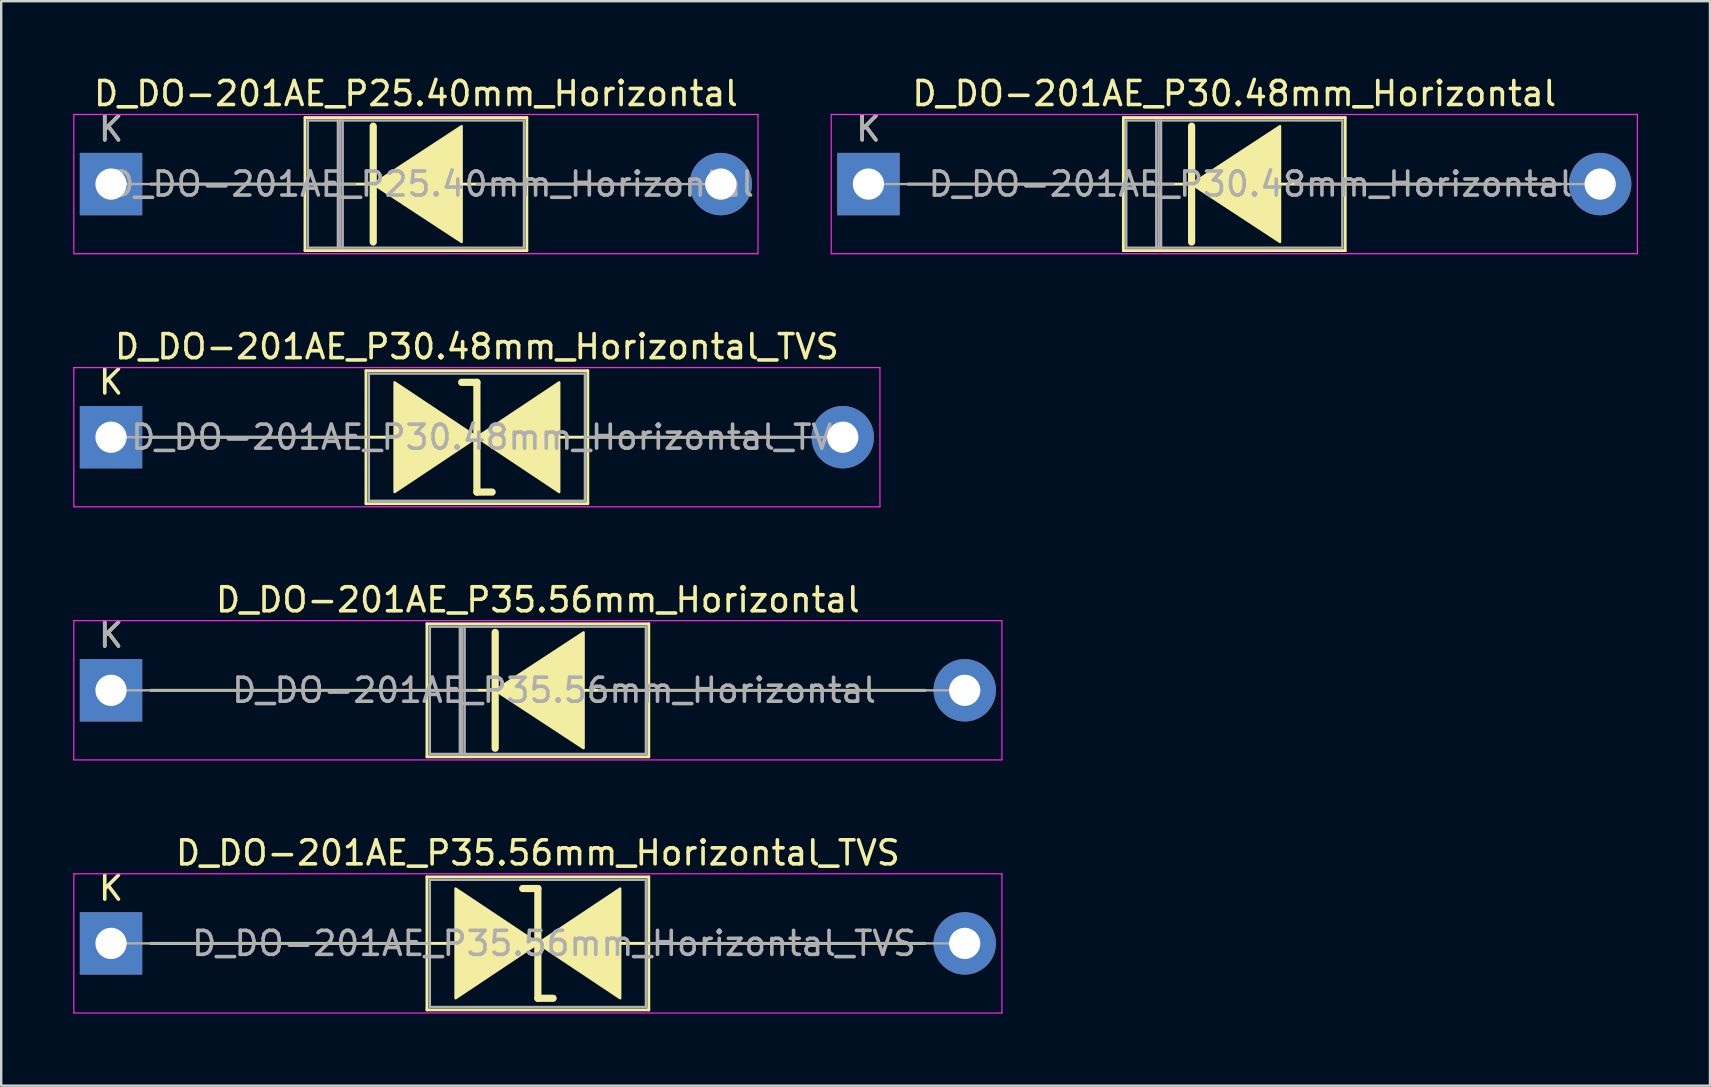
<source format=kicad_pcb>
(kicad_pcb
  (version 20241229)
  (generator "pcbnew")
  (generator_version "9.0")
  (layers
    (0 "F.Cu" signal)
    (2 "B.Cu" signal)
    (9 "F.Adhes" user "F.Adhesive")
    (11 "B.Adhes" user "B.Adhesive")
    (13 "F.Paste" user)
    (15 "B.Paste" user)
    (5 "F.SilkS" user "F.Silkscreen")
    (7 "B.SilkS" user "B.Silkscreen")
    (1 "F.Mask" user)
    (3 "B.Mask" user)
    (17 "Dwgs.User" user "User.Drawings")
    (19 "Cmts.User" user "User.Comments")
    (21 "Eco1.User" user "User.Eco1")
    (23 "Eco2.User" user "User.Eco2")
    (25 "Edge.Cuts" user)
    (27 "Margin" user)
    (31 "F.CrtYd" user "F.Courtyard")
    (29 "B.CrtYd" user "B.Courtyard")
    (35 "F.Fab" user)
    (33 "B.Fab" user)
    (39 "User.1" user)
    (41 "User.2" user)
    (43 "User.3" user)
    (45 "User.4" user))
  (footprint "D_DO-201AE_P30.48mm_Horizontal_TVS"
    (layer "F.Cu")
    (at 1.575 15.162)
    (property "Reference" "D_DO-201AE_P30.48mm_Horizontal_TVS" (at 15.24 -3.77 0) (layer "F.SilkS") (effects (font (size 1 1) (thickness 0.15))))
    (attr through_hole)
    (fp_line (start 1.651 0) (end 10.62 0) (stroke (width 0.12) (type solid)) (layer "F.SilkS"))
    (fp_line (start 10.62 -2.77) (end 10.62 2.77) (stroke (width 0.12) (type solid)) (layer "F.SilkS"))
    (fp_line (start 10.62 0) (end 11.811 0) (stroke (width 0.12) (type solid)) (layer "F.SilkS"))
    (fp_line (start 10.62 2.77) (end 19.86 2.77) (stroke (width 0.12) (type solid)) (layer "F.SilkS"))
    (fp_line (start 15.24 -2.286) (end 14.605 -2.286) (stroke (width 0.3) (type solid)) (layer "F.SilkS"))
    (fp_line (start 15.24 2.286) (end 15.24 -2.286) (stroke (width 0.3) (type solid)) (layer "F.SilkS"))
    (fp_line (start 15.875 2.286) (end 15.24 2.286) (stroke (width 0.3) (type solid)) (layer "F.SilkS"))
    (fp_line (start 18.669 0) (end 19.86 0) (stroke (width 0.12) (type solid)) (layer "F.SilkS"))
    (fp_line (start 19.86 -2.77) (end 10.62 -2.77) (stroke (width 0.12) (type solid)) (layer "F.SilkS"))
    (fp_line (start 19.86 2.77) (end 19.86 -2.77) (stroke (width 0.12) (type solid)) (layer "F.SilkS"))
    (fp_line (start 28.829 0) (end 19.86 0) (stroke (width 0.12) (type solid)) (layer "F.SilkS"))
    (fp_poly (pts (xy 15.24 0) (xy 11.811 2.286) (xy 11.811 -2.286)) (stroke (width 0.1) (type solid)) (fill yes) (layer "F.SilkS"))
    (fp_poly (pts (xy 15.24 0) (xy 18.669 -2.286) (xy 18.669 2.286)) (stroke (width 0.1) (type solid)) (fill yes) (layer "F.SilkS"))
    (fp_line (start -1.55 -2.9) (end -1.55 2.9) (stroke (width 0.05) (type solid)) (layer "F.CrtYd"))
    (fp_line (start -1.55 2.9) (end 32.03 2.9) (stroke (width 0.05) (type solid)) (layer "F.CrtYd"))
    (fp_line (start 32.03 -2.9) (end -1.55 -2.9) (stroke (width 0.05) (type solid)) (layer "F.CrtYd"))
    (fp_line (start 32.03 2.9) (end 32.03 -2.9) (stroke (width 0.05) (type solid)) (layer "F.CrtYd"))
    (fp_line (start 0 0) (end 10.74 0) (stroke (width 0.1) (type solid)) (layer "F.Fab"))
    (fp_line (start 10.74 -2.65) (end 10.74 2.65) (stroke (width 0.1) (type solid)) (layer "F.Fab"))
    (fp_line (start 10.74 2.65) (end 19.74 2.65) (stroke (width 0.1) (type solid)) (layer "F.Fab"))
    (fp_line (start 19.74 -2.65) (end 10.74 -2.65) (stroke (width 0.1) (type solid)) (layer "F.Fab"))
    (fp_line (start 19.74 2.65) (end 19.74 -2.65) (stroke (width 0.1) (type solid)) (layer "F.Fab"))
    (fp_line (start 30.48 0) (end 19.74 0) (stroke (width 0.1) (type solid)) (layer "F.Fab"))
    (fp_text user "K" (at 0 -2.3 0) (layer "F.SilkS") (effects (font (size 1 1) (thickness 0.15))))
    (fp_text user "${REFERENCE}" (at 15.915 0 0) (layer "F.Fab") (effects (font (size 1 1) (thickness 0.15))))
    (pad "1" thru_hole rect (at 0 0) (size 2.6 2.6) (drill 1.3) (layers "*.Cu" "*.Mask"))
    (pad "2" thru_hole oval (at 30.48 0) (size 2.6 2.6) (drill 1.3) (layers "*.Cu" "*.Mask")))
  (footprint "D_DO-201AE_P30.48mm_Horizontal"
    (layer "F.Cu")
    (at 33.125 4.618)
    (property "Reference" "D_DO-201AE_P30.48mm_Horizontal" (at 15.24 -3.77 0) (layer "F.SilkS") (effects (font (size 1 1) (thickness 0.15))))
    (attr through_hole)
    (fp_line (start 1.651 0) (end 10.62 0) (stroke (width 0.12) (type solid)) (layer "F.SilkS"))
    (fp_line (start 10.62 -2.77) (end 10.62 2.77) (stroke (width 0.12) (type solid)) (layer "F.SilkS"))
    (fp_line (start 10.62 2.77) (end 19.86 2.77) (stroke (width 0.12) (type solid)) (layer "F.SilkS"))
    (fp_line (start 13.462 -2.413) (end 13.462 2.413) (stroke (width 0.3) (type solid)) (layer "F.SilkS"))
    (fp_line (start 13.589 0) (end 10.62 0) (stroke (width 0.12) (type solid)) (layer "F.SilkS"))
    (fp_line (start 17.145 0) (end 19.86 0) (stroke (width 0.12) (type solid)) (layer "F.SilkS"))
    (fp_line (start 19.86 -2.77) (end 10.62 -2.77) (stroke (width 0.12) (type solid)) (layer "F.SilkS"))
    (fp_line (start 19.86 2.77) (end 19.86 -2.77) (stroke (width 0.12) (type solid)) (layer "F.SilkS"))
    (fp_line (start 28.829 0) (end 19.86 0) (stroke (width 0.12) (type solid)) (layer "F.SilkS"))
    (fp_poly (pts (xy 17.145 2.413) (xy 13.462 0) (xy 17.145 -2.413)) (stroke (width 0.1) (type solid)) (fill yes) (layer "F.SilkS"))
    (fp_line (start -1.55 -2.9) (end -1.55 2.9) (stroke (width 0.05) (type solid)) (layer "F.CrtYd"))
    (fp_line (start -1.55 2.9) (end 32.03 2.9) (stroke (width 0.05) (type solid)) (layer "F.CrtYd"))
    (fp_line (start 32.03 -2.9) (end -1.55 -2.9) (stroke (width 0.05) (type solid)) (layer "F.CrtYd"))
    (fp_line (start 32.03 2.9) (end 32.03 -2.9) (stroke (width 0.05) (type solid)) (layer "F.CrtYd"))
    (fp_line (start 0 0) (end 12.7 0) (stroke (width 0.1) (type solid)) (layer "F.Fab"))
    (fp_line (start 10.74 -2.65) (end 10.74 2.65) (stroke (width 0.1) (type solid)) (layer "F.Fab"))
    (fp_line (start 10.74 2.65) (end 19.74 2.65) (stroke (width 0.1) (type solid)) (layer "F.Fab"))
    (fp_line (start 11.99 -2.65) (end 11.99 2.65) (stroke (width 0.1) (type solid)) (layer "F.Fab"))
    (fp_line (start 12.09 -2.65) (end 12.09 2.65) (stroke (width 0.1) (type solid)) (layer "F.Fab"))
    (fp_line (start 12.19 -2.65) (end 12.19 2.65) (stroke (width 0.1) (type solid)) (layer "F.Fab"))
    (fp_line (start 19.74 -2.65) (end 10.74 -2.65) (stroke (width 0.1) (type solid)) (layer "F.Fab"))
    (fp_line (start 19.74 2.65) (end 19.74 -2.65) (stroke (width 0.1) (type solid)) (layer "F.Fab"))
    (fp_line (start 30.48 0) (end 17.78 0) (stroke (width 0.1) (type solid)) (layer "F.Fab"))
    (fp_text user "K" (at 0 -2.3 0) (layer "F.SilkS") (effects (font (size 1 1) (thickness 0.15))))
    (fp_text user "K" (at 0 -2.3 0) (layer "F.Fab") (effects (font (size 1 1) (thickness 0.15))))
    (fp_text user "${REFERENCE}" (at 15.915 0 0) (layer "F.Fab") (effects (font (size 1 1) (thickness 0.15))))
    (pad "1" thru_hole rect (at 0 0) (size 2.6 2.6) (drill 1.3) (layers "*.Cu" "*.Mask"))
    (pad "2" thru_hole oval (at 30.48 0) (size 2.6 2.6) (drill 1.3) (layers "*.Cu" "*.Mask")))
  (footprint "D_DO-201AE_P35.56mm_Horizontal"
    (layer "F.Cu")
    (at 1.575 25.705)
    (property "Reference" "D_DO-201AE_P35.56mm_Horizontal" (at 17.78 -3.77 0) (layer "F.SilkS") (effects (font (size 1 1) (thickness 0.15))))
    (attr through_hole)
    (fp_line (start 1.651 0) (end 13.16 0) (stroke (width 0.12) (type solid)) (layer "F.SilkS"))
    (fp_line (start 13.16 -2.77) (end 13.16 2.77) (stroke (width 0.12) (type solid)) (layer "F.SilkS"))
    (fp_line (start 13.16 2.77) (end 22.4 2.77) (stroke (width 0.12) (type solid)) (layer "F.SilkS"))
    (fp_line (start 16.002 -2.413) (end 16.002 2.413) (stroke (width 0.3) (type solid)) (layer "F.SilkS"))
    (fp_line (start 16.129 0) (end 13.16 0) (stroke (width 0.12) (type solid)) (layer "F.SilkS"))
    (fp_line (start 19.685 0) (end 22.4 0) (stroke (width 0.12) (type solid)) (layer "F.SilkS"))
    (fp_line (start 22.4 -2.77) (end 13.16 -2.77) (stroke (width 0.12) (type solid)) (layer "F.SilkS"))
    (fp_line (start 22.4 2.77) (end 22.4 -2.77) (stroke (width 0.12) (type solid)) (layer "F.SilkS"))
    (fp_line (start 33.909 0) (end 22.4 0) (stroke (width 0.12) (type solid)) (layer "F.SilkS"))
    (fp_poly (pts (xy 19.685 2.413) (xy 16.002 0) (xy 19.685 -2.413)) (stroke (width 0.1) (type solid)) (fill yes) (layer "F.SilkS"))
    (fp_line (start -1.55 -2.9) (end -1.55 2.9) (stroke (width 0.05) (type solid)) (layer "F.CrtYd"))
    (fp_line (start -1.55 2.9) (end 37.11 2.9) (stroke (width 0.05) (type solid)) (layer "F.CrtYd"))
    (fp_line (start 37.11 -2.9) (end -1.55 -2.9) (stroke (width 0.05) (type solid)) (layer "F.CrtYd"))
    (fp_line (start 37.11 2.9) (end 37.11 -2.9) (stroke (width 0.05) (type solid)) (layer "F.CrtYd"))
    (fp_line (start 0 0) (end 15.24 0) (stroke (width 0.1) (type solid)) (layer "F.Fab"))
    (fp_line (start 13.28 -2.65) (end 13.28 2.65) (stroke (width 0.1) (type solid)) (layer "F.Fab"))
    (fp_line (start 13.28 2.65) (end 22.28 2.65) (stroke (width 0.1) (type solid)) (layer "F.Fab"))
    (fp_line (start 14.53 -2.65) (end 14.53 2.65) (stroke (width 0.1) (type solid)) (layer "F.Fab"))
    (fp_line (start 14.63 -2.65) (end 14.63 2.65) (stroke (width 0.1) (type solid)) (layer "F.Fab"))
    (fp_line (start 14.73 -2.65) (end 14.73 2.65) (stroke (width 0.1) (type solid)) (layer "F.Fab"))
    (fp_line (start 22.28 -2.65) (end 13.28 -2.65) (stroke (width 0.1) (type solid)) (layer "F.Fab"))
    (fp_line (start 22.28 2.65) (end 22.28 -2.65) (stroke (width 0.1) (type solid)) (layer "F.Fab"))
    (fp_line (start 35.56 0) (end 20.32 0) (stroke (width 0.1) (type solid)) (layer "F.Fab"))
    (fp_text user "K" (at 0 -2.3 0) (layer "F.SilkS") (effects (font (size 1 1) (thickness 0.15))))
    (fp_text user "K" (at 0 -2.3 0) (layer "F.Fab") (effects (font (size 1 1) (thickness 0.15))))
    (fp_text user "${REFERENCE}" (at 18.455 0 0) (layer "F.Fab") (effects (font (size 1 1) (thickness 0.15))))
    (pad "1" thru_hole rect (at 0 0) (size 2.6 2.6) (drill 1.3) (layers "*.Cu" "*.Mask"))
    (pad "2" thru_hole oval (at 35.56 0) (size 2.6 2.6) (drill 1.3) (layers "*.Cu" "*.Mask")))
  (footprint "D_DO-201AE_P25.40mm_Horizontal"
    (layer "F.Cu")
    (at 1.575 4.618)
    (property "Reference" "D_DO-201AE_P25.40mm_Horizontal" (at 12.7 -3.77 0) (layer "F.SilkS") (effects (font (size 1 1) (thickness 0.15))))
    (attr through_hole)
    (fp_line (start 1.651 0) (end 8.08 0) (stroke (width 0.12) (type solid)) (layer "F.SilkS"))
    (fp_line (start 8.08 -2.77) (end 8.08 2.77) (stroke (width 0.12) (type solid)) (layer "F.SilkS"))
    (fp_line (start 8.08 2.77) (end 17.32 2.77) (stroke (width 0.12) (type solid)) (layer "F.SilkS"))
    (fp_line (start 10.922 -2.413) (end 10.922 2.413) (stroke (width 0.3) (type solid)) (layer "F.SilkS"))
    (fp_line (start 11.049 0) (end 8.08 0) (stroke (width 0.12) (type solid)) (layer "F.SilkS"))
    (fp_line (start 14.605 0) (end 17.32 0) (stroke (width 0.12) (type solid)) (layer "F.SilkS"))
    (fp_line (start 17.32 -2.77) (end 8.08 -2.77) (stroke (width 0.12) (type solid)) (layer "F.SilkS"))
    (fp_line (start 17.32 2.77) (end 17.32 -2.77) (stroke (width 0.12) (type solid)) (layer "F.SilkS"))
    (fp_line (start 23.749 0) (end 17.32 0) (stroke (width 0.12) (type solid)) (layer "F.SilkS"))
    (fp_poly (pts (xy 14.605 2.413) (xy 10.922 0) (xy 14.605 -2.413)) (stroke (width 0.1) (type solid)) (fill yes) (layer "F.SilkS"))
    (fp_line (start -1.55 -2.9) (end -1.55 2.9) (stroke (width 0.05) (type solid)) (layer "F.CrtYd"))
    (fp_line (start -1.55 2.9) (end 26.95 2.9) (stroke (width 0.05) (type solid)) (layer "F.CrtYd"))
    (fp_line (start 26.95 -2.9) (end -1.55 -2.9) (stroke (width 0.05) (type solid)) (layer "F.CrtYd"))
    (fp_line (start 26.95 2.9) (end 26.95 -2.9) (stroke (width 0.05) (type solid)) (layer "F.CrtYd"))
    (fp_line (start 0 0) (end 10.16 0) (stroke (width 0.1) (type solid)) (layer "F.Fab"))
    (fp_line (start 8.2 -2.65) (end 8.2 2.65) (stroke (width 0.1) (type solid)) (layer "F.Fab"))
    (fp_line (start 8.2 2.65) (end 17.2 2.65) (stroke (width 0.1) (type solid)) (layer "F.Fab"))
    (fp_line (start 9.45 -2.65) (end 9.45 2.65) (stroke (width 0.1) (type solid)) (layer "F.Fab"))
    (fp_line (start 9.55 -2.65) (end 9.55 2.65) (stroke (width 0.1) (type solid)) (layer "F.Fab"))
    (fp_line (start 9.65 -2.65) (end 9.65 2.65) (stroke (width 0.1) (type solid)) (layer "F.Fab"))
    (fp_line (start 17.2 -2.65) (end 8.2 -2.65) (stroke (width 0.1) (type solid)) (layer "F.Fab"))
    (fp_line (start 17.2 2.65) (end 17.2 -2.65) (stroke (width 0.1) (type solid)) (layer "F.Fab"))
    (fp_line (start 25.4 0) (end 15.24 0) (stroke (width 0.1) (type solid)) (layer "F.Fab"))
    (fp_text user "K" (at 0 -2.3 0) (layer "F.SilkS") (effects (font (size 1 1) (thickness 0.15))))
    (fp_text user "${REFERENCE}" (at 13.375 0 0) (layer "F.Fab") (effects (font (size 1 1) (thickness 0.15))))
    (fp_text user "K" (at 0 -2.3 0) (layer "F.Fab") (effects (font (size 1 1) (thickness 0.15))))
    (pad "1" thru_hole rect (at 0 0) (size 2.6 2.6) (drill 1.3) (layers "*.Cu" "*.Mask"))
    (pad "2" thru_hole oval (at 25.4 0) (size 2.6 2.6) (drill 1.3) (layers "*.Cu" "*.Mask")))
  (footprint "D_DO-201AE_P35.56mm_Horizontal_TVS"
    (layer "F.Cu")
    (at 1.575 36.248)
    (property "Reference" "D_DO-201AE_P35.56mm_Horizontal_TVS" (at 17.78 -3.77 0) (layer "F.SilkS") (effects (font (size 1 1) (thickness 0.15))))
    (attr through_hole)
    (fp_line (start 1.651 0) (end 13.16 0) (stroke (width 0.12) (type solid)) (layer "F.SilkS"))
    (fp_line (start 13.16 -2.77) (end 13.16 2.77) (stroke (width 0.12) (type solid)) (layer "F.SilkS"))
    (fp_line (start 13.16 0) (end 14.351 0) (stroke (width 0.12) (type solid)) (layer "F.SilkS"))
    (fp_line (start 13.16 2.77) (end 22.4 2.77) (stroke (width 0.12) (type solid)) (layer "F.SilkS"))
    (fp_line (start 17.78 -2.286) (end 17.145 -2.286) (stroke (width 0.3) (type solid)) (layer "F.SilkS"))
    (fp_line (start 17.78 2.286) (end 17.78 -2.286) (stroke (width 0.3) (type solid)) (layer "F.SilkS"))
    (fp_line (start 18.415 2.286) (end 17.78 2.286) (stroke (width 0.3) (type solid)) (layer "F.SilkS"))
    (fp_line (start 21.209 0) (end 22.4 0) (stroke (width 0.12) (type solid)) (layer "F.SilkS"))
    (fp_line (start 22.4 -2.77) (end 13.16 -2.77) (stroke (width 0.12) (type solid)) (layer "F.SilkS"))
    (fp_line (start 22.4 2.77) (end 22.4 -2.77) (stroke (width 0.12) (type solid)) (layer "F.SilkS"))
    (fp_line (start 33.909 0) (end 22.4 0) (stroke (width 0.12) (type solid)) (layer "F.SilkS"))
    (fp_poly (pts (xy 17.78 0) (xy 14.351 2.286) (xy 14.351 -2.286)) (stroke (width 0.1) (type solid)) (fill yes) (layer "F.SilkS"))
    (fp_poly (pts (xy 17.78 0) (xy 21.209 -2.286) (xy 21.209 2.286)) (stroke (width 0.1) (type solid)) (fill yes) (layer "F.SilkS"))
    (fp_line (start -1.55 -2.9) (end -1.55 2.9) (stroke (width 0.05) (type solid)) (layer "F.CrtYd"))
    (fp_line (start -1.55 2.9) (end 37.11 2.9) (stroke (width 0.05) (type solid)) (layer "F.CrtYd"))
    (fp_line (start 37.11 -2.9) (end -1.55 -2.9) (stroke (width 0.05) (type solid)) (layer "F.CrtYd"))
    (fp_line (start 37.11 2.9) (end 37.11 -2.9) (stroke (width 0.05) (type solid)) (layer "F.CrtYd"))
    (fp_line (start 0 0) (end 13.28 0) (stroke (width 0.1) (type solid)) (layer "F.Fab"))
    (fp_line (start 13.28 -2.65) (end 13.28 2.65) (stroke (width 0.1) (type solid)) (layer "F.Fab"))
    (fp_line (start 13.28 2.65) (end 22.28 2.65) (stroke (width 0.1) (type solid)) (layer "F.Fab"))
    (fp_line (start 22.28 -2.65) (end 13.28 -2.65) (stroke (width 0.1) (type solid)) (layer "F.Fab"))
    (fp_line (start 22.28 2.65) (end 22.28 -2.65) (stroke (width 0.1) (type solid)) (layer "F.Fab"))
    (fp_line (start 35.56 0) (end 22.28 0) (stroke (width 0.1) (type solid)) (layer "F.Fab"))
    (fp_text user "K" (at 0 -2.3 0) (layer "F.SilkS") (effects (font (size 1 1) (thickness 0.15))))
    (fp_text user "${REFERENCE}" (at 18.455 0 0) (layer "F.Fab") (effects (font (size 1 1) (thickness 0.15))))
    (pad "1" thru_hole rect (at 0 0) (size 2.6 2.6) (drill 1.3) (layers "*.Cu" "*.Mask"))
    (pad "2" thru_hole oval (at 35.56 0) (size 2.6 2.6) (drill 1.3) (layers "*.Cu" "*.Mask")))
  (gr_rect
    (start -3 -3)
    (end 68.18 42.173)
    (stroke (width 0.1) (type default))
    (fill no)
    (layer "Edge.Cuts")))
</source>
